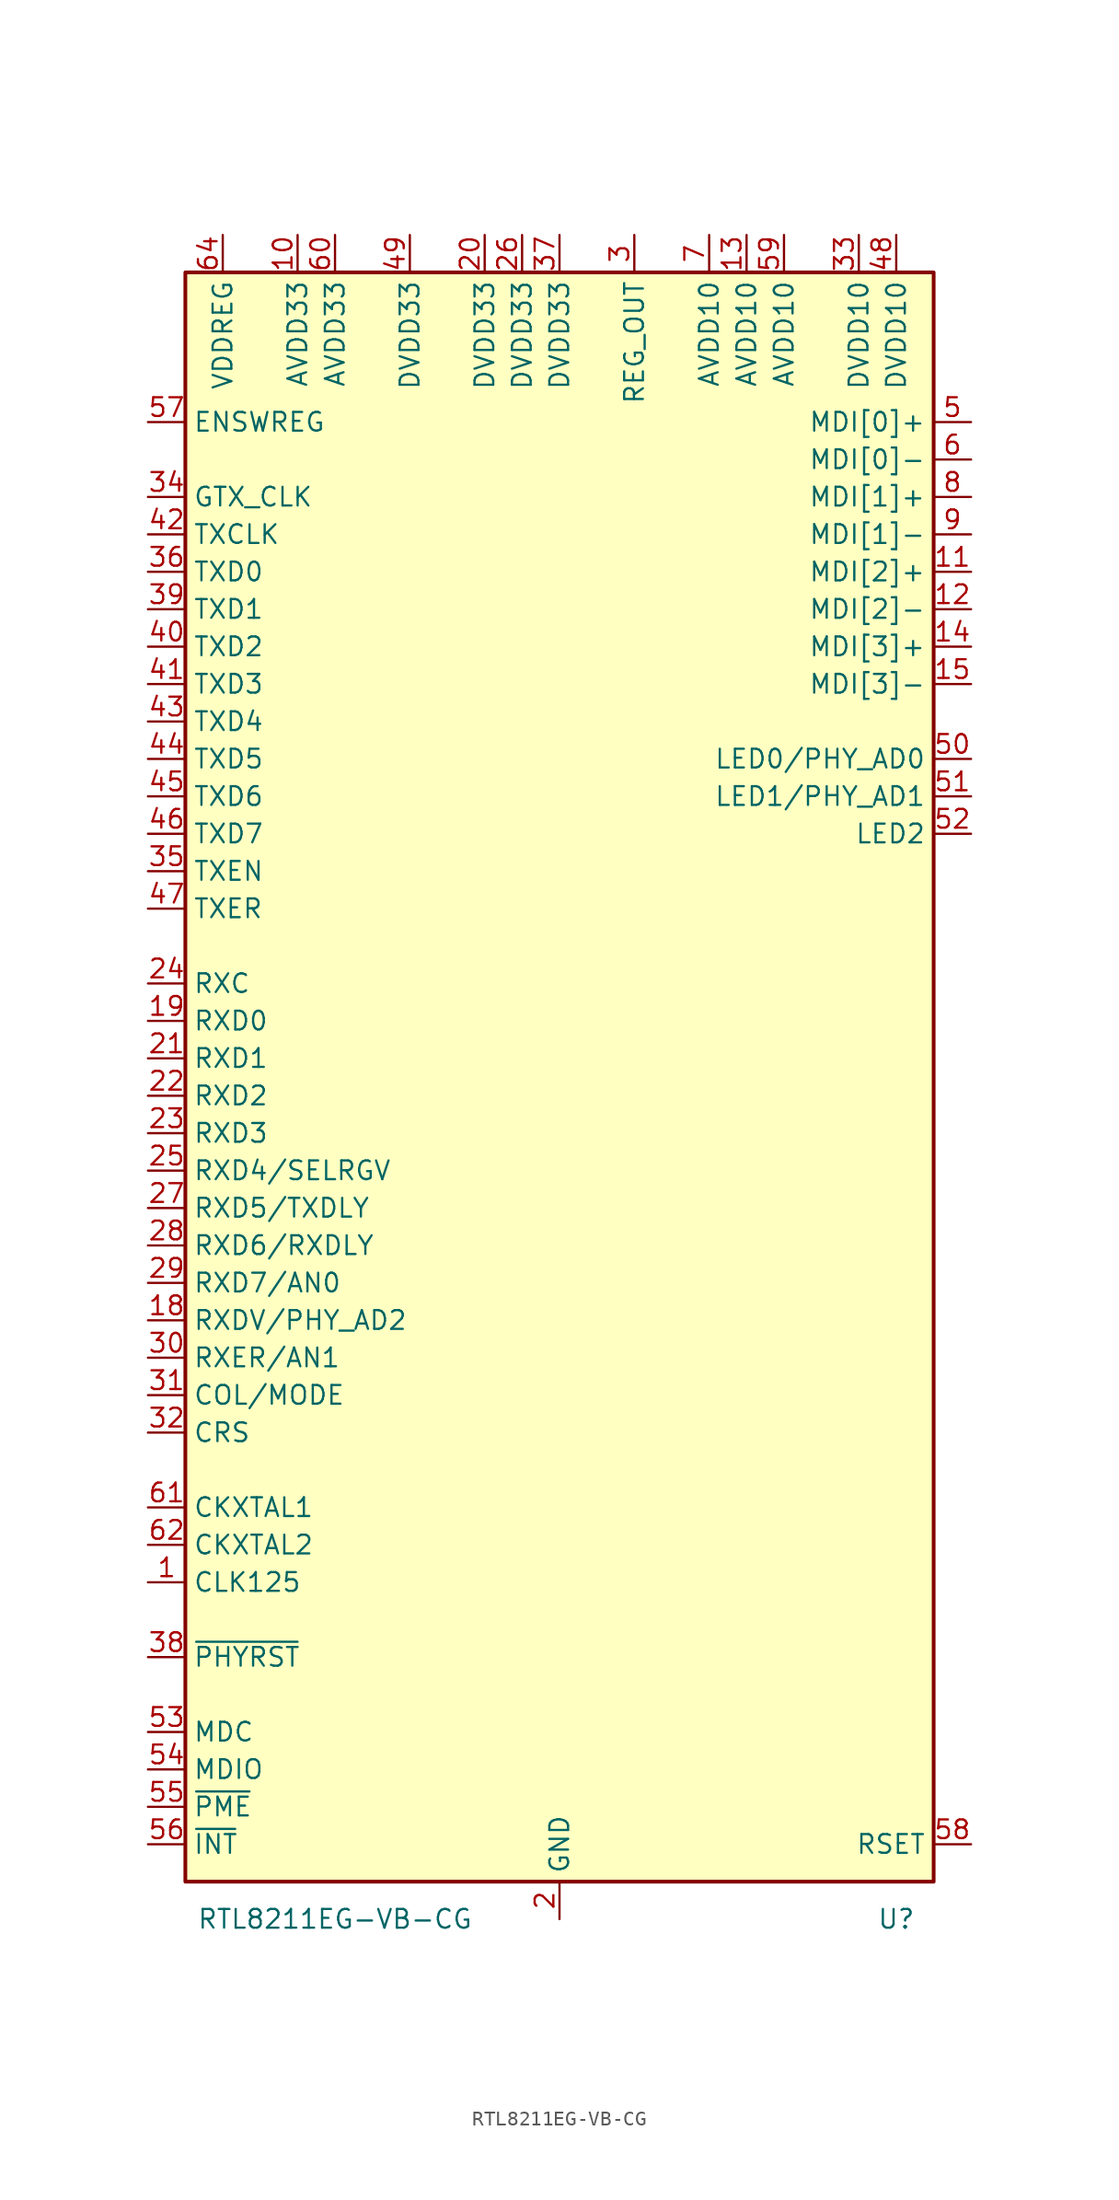
<source format=kicad_sym>
(kicad_symbol_lib
  (version 20241209)
  (generator "kicad_symbol_editor")
  (generator_version "9.0")
  (symbol "RTL8211EG-VB-CG"
    (property "Reference" "U"
      (at 22.86 -58.42 0)
      (effects (font (size 1.27 1.27))))
    (property "Value" "RTL8211EG-VB-CG"
      (at -15.24 -58.42 0)
      (effects (font (size 1.27 1.27))))
    (symbol "RTL8211EG-VB-CG_0_1"
      (rectangle (start -25.4 53.34) (end 25.4 -55.88) (stroke (width 0.254) (type default)) (fill (type background))))
    (symbol "RTL8211EG-VB-CG_1_1"
      (pin input line (at -27.94 43.18 0) (length 2.54) (name "ENSWREG" (effects (font (size 1.27 1.27)))) (number "57" (effects (font (size 1.27 1.27)))))
      (pin input line (at -27.94 38.1 0) (length 2.54) (name "GTX_CLK" (effects (font (size 1.27 1.27)))) (number "34" (effects (font (size 1.27 1.27)))))
      (pin output line (at -27.94 35.56 0) (length 2.54) (name "TXCLK" (effects (font (size 1.27 1.27)))) (number "42" (effects (font (size 1.27 1.27)))))
      (pin input line (at -27.94 33.02 0) (length 2.54) (name "TXD0" (effects (font (size 1.27 1.27)))) (number "36" (effects (font (size 1.27 1.27)))))
      (pin input line (at -27.94 30.48 0) (length 2.54) (name "TXD1" (effects (font (size 1.27 1.27)))) (number "39" (effects (font (size 1.27 1.27)))))
      (pin input line (at -27.94 27.94 0) (length 2.54) (name "TXD2" (effects (font (size 1.27 1.27)))) (number "40" (effects (font (size 1.27 1.27)))))
      (pin input line (at -27.94 25.4 0) (length 2.54) (name "TXD3" (effects (font (size 1.27 1.27)))) (number "41" (effects (font (size 1.27 1.27)))))
      (pin input line (at -27.94 22.86 0) (length 2.54) (name "TXD4" (effects (font (size 1.27 1.27)))) (number "43" (effects (font (size 1.27 1.27)))))
      (pin input line (at -27.94 20.32 0) (length 2.54) (name "TXD5" (effects (font (size 1.27 1.27)))) (number "44" (effects (font (size 1.27 1.27)))))
      (pin input line (at -27.94 17.78 0) (length 2.54) (name "TXD6" (effects (font (size 1.27 1.27)))) (number "45" (effects (font (size 1.27 1.27)))))
      (pin input line (at -27.94 15.24 0) (length 2.54) (name "TXD7" (effects (font (size 1.27 1.27)))) (number "46" (effects (font (size 1.27 1.27)))))
      (pin input line (at -27.94 12.7 0) (length 2.54) (name "TXEN" (effects (font (size 1.27 1.27)))) (number "35" (effects (font (size 1.27 1.27)))))
      (pin input line (at -27.94 10.16 0) (length 2.54) (name "TXER" (effects (font (size 1.27 1.27)))) (number "47" (effects (font (size 1.27 1.27)))))
      (pin output line (at -27.94 5.08 0) (length 2.54) (name "RXC" (effects (font (size 1.27 1.27)))) (number "24" (effects (font (size 1.27 1.27)))))
      (pin output line (at -27.94 2.54 0) (length 2.54) (name "RXD0" (effects (font (size 1.27 1.27)))) (number "19" (effects (font (size 1.27 1.27)))))
      (pin output line (at -27.94 0 0) (length 2.54) (name "RXD1" (effects (font (size 1.27 1.27)))) (number "21" (effects (font (size 1.27 1.27)))))
      (pin output line (at -27.94 -2.54 0) (length 2.54) (name "RXD2" (effects (font (size 1.27 1.27)))) (number "22" (effects (font (size 1.27 1.27)))))
      (pin output line (at -27.94 -5.08 0) (length 2.54) (name "RXD3" (effects (font (size 1.27 1.27)))) (number "23" (effects (font (size 1.27 1.27)))))
      (pin bidirectional line (at -27.94 -7.62 0) (length 2.54) (name "RXD4/SELRGV" (effects (font (size 1.27 1.27)))) (number "25" (effects (font (size 1.27 1.27)))))
      (pin bidirectional line (at -27.94 -10.16 0) (length 2.54) (name "RXD5/TXDLY" (effects (font (size 1.27 1.27)))) (number "27" (effects (font (size 1.27 1.27)))))
      (pin bidirectional line (at -27.94 -12.7 0) (length 2.54) (name "RXD6/RXDLY" (effects (font (size 1.27 1.27)))) (number "28" (effects (font (size 1.27 1.27)))))
      (pin bidirectional line (at -27.94 -15.24 0) (length 2.54) (name "RXD7/AN0" (effects (font (size 1.27 1.27)))) (number "29" (effects (font (size 1.27 1.27)))))
      (pin bidirectional line (at -27.94 -17.78 0) (length 2.54) (name "RXDV/PHY_AD2" (effects (font (size 1.27 1.27)))) (number "18" (effects (font (size 1.27 1.27)))))
      (pin bidirectional line (at -27.94 -20.32 0) (length 2.54) (name "RXER/AN1" (effects (font (size 1.27 1.27)))) (number "30" (effects (font (size 1.27 1.27)))))
      (pin bidirectional line (at -27.94 -22.86 0) (length 2.54) (name "COL/MODE" (effects (font (size 1.27 1.27)))) (number "31" (effects (font (size 1.27 1.27)))))
      (pin output line (at -27.94 -25.4 0) (length 2.54) (name "CRS" (effects (font (size 1.27 1.27)))) (number "32" (effects (font (size 1.27 1.27)))))
      (pin input line (at -27.94 -30.48 0) (length 2.54) (name "CKXTAL1" (effects (font (size 1.27 1.27)))) (number "61" (effects (font (size 1.27 1.27)))))
      (pin output line (at -27.94 -33.02 0) (length 2.54) (name "CKXTAL2" (effects (font (size 1.27 1.27)))) (number "62" (effects (font (size 1.27 1.27)))))
      (pin output line (at -27.94 -35.56 0) (length 2.54) (name "CLK125" (effects (font (size 1.27 1.27)))) (number "1" (effects (font (size 1.27 1.27)))))
      (pin input line (at -27.94 -40.64 0) (length 2.54) (name "~{PHYRST}" (effects (font (size 1.27 1.27)))) (number "38" (effects (font (size 1.27 1.27)))))
      (pin input line (at -27.94 -45.72 0) (length 2.54) (name "MDC" (effects (font (size 1.27 1.27)))) (number "53" (effects (font (size 1.27 1.27)))))
      (pin bidirectional line (at -27.94 -48.26 0) (length 2.54) (name "MDIO" (effects (font (size 1.27 1.27)))) (number "54" (effects (font (size 1.27 1.27)))))
      (pin open_collector line (at -27.94 -50.8 0) (length 2.54) (name "~{PME}" (effects (font (size 1.27 1.27)))) (number "55" (effects (font (size 1.27 1.27)))))
      (pin open_collector line (at -27.94 -53.34 0) (length 2.54) (name "~{INT}" (effects (font (size 1.27 1.27)))) (number "56" (effects (font (size 1.27 1.27)))))
      (pin power_in line (at -22.86 55.88 270) (length 2.54) (name "VDDREG" (effects (font (size 1.27 1.27)))) (number "64" (effects (font (size 1.27 1.27)))))
      (pin power_in line (at -17.78 55.88 270) (length 2.54) (name "AVDD33" (effects (font (size 1.27 1.27)))) (number "10" (effects (font (size 1.27 1.27)))))
      (pin power_in line (at -15.24 55.88 270) (length 2.54) (name "AVDD33" (effects (font (size 1.27 1.27)))) (number "60" (effects (font (size 1.27 1.27)))))
      (pin power_in line (at -10.16 55.88 270) (length 2.54) (name "DVDD33" (effects (font (size 1.27 1.27)))) (number "49" (effects (font (size 1.27 1.27)))))
      (pin power_in line (at -5.08 55.88 270) (length 2.54) (name "DVDD33" (effects (font (size 1.27 1.27)))) (number "20" (effects (font (size 1.27 1.27)))))
      (pin power_in line (at -2.54 55.88 270) (length 2.54) (name "DVDD33" (effects (font (size 1.27 1.27)))) (number "26" (effects (font (size 1.27 1.27)))))
      (pin power_in line (at 0 55.88 270) (length 2.54) (name "DVDD33" (effects (font (size 1.27 1.27)))) (number "37" (effects (font (size 1.27 1.27)))))
      (pin power_in line (at 0 -58.42 90) (length 2.54) (name "GND" (effects (font (size 1.27 1.27)))) (number "2" (effects (font (size 1.27 1.27)))))
      (pin passive line (at 0 -58.42 90) (length 2.54) (hide yes) (name "GND" (effects (font (size 1.27 1.27)))) (number "4" (effects (font (size 1.27 1.27)))))
      (pin passive line (at 0 -58.42 90) (length 2.54) (hide yes) (name "GND" (effects (font (size 1.27 1.27)))) (number "63" (effects (font (size 1.27 1.27)))))
      (pin passive line (at 0 -58.42 90) (length 2.54) (hide yes) (name "GND" (effects (font (size 1.27 1.27)))) (number "65" (effects (font (size 1.27 1.27)))))
      (pin power_out line (at 5.08 55.88 270) (length 2.54) (name "REG_OUT" (effects (font (size 1.27 1.27)))) (number "3" (effects (font (size 1.27 1.27)))))
      (pin power_in line (at 10.16 55.88 270) (length 2.54) (name "AVDD10" (effects (font (size 1.27 1.27)))) (number "7" (effects (font (size 1.27 1.27)))))
      (pin power_in line (at 12.7 55.88 270) (length 2.54) (name "AVDD10" (effects (font (size 1.27 1.27)))) (number "13" (effects (font (size 1.27 1.27)))))
      (pin power_in line (at 15.24 55.88 270) (length 2.54) (name "AVDD10" (effects (font (size 1.27 1.27)))) (number "59" (effects (font (size 1.27 1.27)))))
      (pin power_in line (at 20.32 55.88 270) (length 2.54) (name "DVDD10" (effects (font (size 1.27 1.27)))) (number "33" (effects (font (size 1.27 1.27)))))
      (pin power_in line (at 22.86 55.88 270) (length 2.54) (name "DVDD10" (effects (font (size 1.27 1.27)))) (number "48" (effects (font (size 1.27 1.27)))))
      (pin no_connect line (at 25.4 5.08 180) (length 2.54) (hide yes) (name "NC" (effects (font (size 1.27 1.27)))) (number "16" (effects (font (size 1.27 1.27)))))
      (pin no_connect line (at 25.4 2.54 180) (length 2.54) (hide yes) (name "NC" (effects (font (size 1.27 1.27)))) (number "17" (effects (font (size 1.27 1.27)))))
      (pin bidirectional line (at 27.94 43.18 180) (length 2.54) (name "MDI[0]+" (effects (font (size 1.27 1.27)))) (number "5" (effects (font (size 1.27 1.27)))))
      (pin bidirectional line (at 27.94 40.64 180) (length 2.54) (name "MDI[0]-" (effects (font (size 1.27 1.27)))) (number "6" (effects (font (size 1.27 1.27)))))
      (pin bidirectional line (at 27.94 38.1 180) (length 2.54) (name "MDI[1]+" (effects (font (size 1.27 1.27)))) (number "8" (effects (font (size 1.27 1.27)))))
      (pin bidirectional line (at 27.94 35.56 180) (length 2.54) (name "MDI[1]-" (effects (font (size 1.27 1.27)))) (number "9" (effects (font (size 1.27 1.27)))))
      (pin bidirectional line (at 27.94 33.02 180) (length 2.54) (name "MDI[2]+" (effects (font (size 1.27 1.27)))) (number "11" (effects (font (size 1.27 1.27)))))
      (pin bidirectional line (at 27.94 30.48 180) (length 2.54) (name "MDI[2]-" (effects (font (size 1.27 1.27)))) (number "12" (effects (font (size 1.27 1.27)))))
      (pin bidirectional line (at 27.94 27.94 180) (length 2.54) (name "MDI[3]+" (effects (font (size 1.27 1.27)))) (number "14" (effects (font (size 1.27 1.27)))))
      (pin bidirectional line (at 27.94 25.4 180) (length 2.54) (name "MDI[3]-" (effects (font (size 1.27 1.27)))) (number "15" (effects (font (size 1.27 1.27)))))
      (pin bidirectional line (at 27.94 20.32 180) (length 2.54) (name "LED0/PHY_AD0" (effects (font (size 1.27 1.27)))) (number "50" (effects (font (size 1.27 1.27)))))
      (pin bidirectional line (at 27.94 17.78 180) (length 2.54) (name "LED1/PHY_AD1" (effects (font (size 1.27 1.27)))) (number "51" (effects (font (size 1.27 1.27)))))
      (pin bidirectional line (at 27.94 15.24 180) (length 2.54) (name "LED2" (effects (font (size 1.27 1.27)))) (number "52" (effects (font (size 1.27 1.27)))))
      (pin passive line (at 27.94 -53.34 180) (length 2.54) (name "RSET" (effects (font (size 1.27 1.27)))) (number "58" (effects (font (size 1.27 1.27))))))))
</source>
